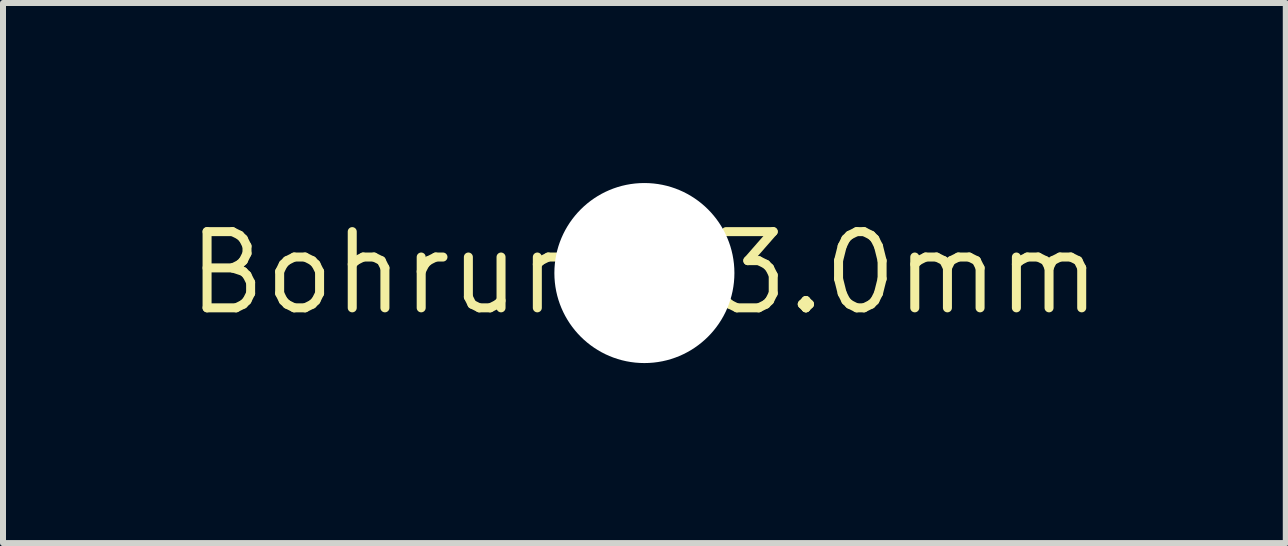
<source format=kicad_pcb>
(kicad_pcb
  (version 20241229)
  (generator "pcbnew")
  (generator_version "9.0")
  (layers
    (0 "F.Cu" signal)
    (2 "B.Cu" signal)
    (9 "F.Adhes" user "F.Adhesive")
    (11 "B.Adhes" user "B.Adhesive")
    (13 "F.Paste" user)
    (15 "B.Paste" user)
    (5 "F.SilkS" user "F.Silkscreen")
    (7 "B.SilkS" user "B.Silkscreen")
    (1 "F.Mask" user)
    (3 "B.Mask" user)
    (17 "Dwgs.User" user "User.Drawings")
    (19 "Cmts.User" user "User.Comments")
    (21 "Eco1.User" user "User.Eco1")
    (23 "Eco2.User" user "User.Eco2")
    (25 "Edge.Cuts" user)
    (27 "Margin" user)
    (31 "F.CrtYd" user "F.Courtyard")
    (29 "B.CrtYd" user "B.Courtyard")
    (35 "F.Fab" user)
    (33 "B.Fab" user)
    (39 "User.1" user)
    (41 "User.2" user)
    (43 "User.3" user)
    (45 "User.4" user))
  (footprint "Bohrung_3.0mm"
    (layer "F.Cu")
    (at 7.688 1.5)
    (property "Reference" "Bohrung_3.0mm" (at 0 0 0) (layer "F.SilkS") (effects (font (size 1.27 1.27) (thickness 0.15))))
    (attr through_hole)
    (pad "" np_thru_hole circle (at 0 0) (size 3 3) (drill 3) (layers "*.Cu" "*.Mask")))
  (gr_rect
    (start -3 -3)
    (end 18.376 6)
    (stroke (width 0.1) (type default))
    (fill no)
    (layer "Edge.Cuts")))
</source>
